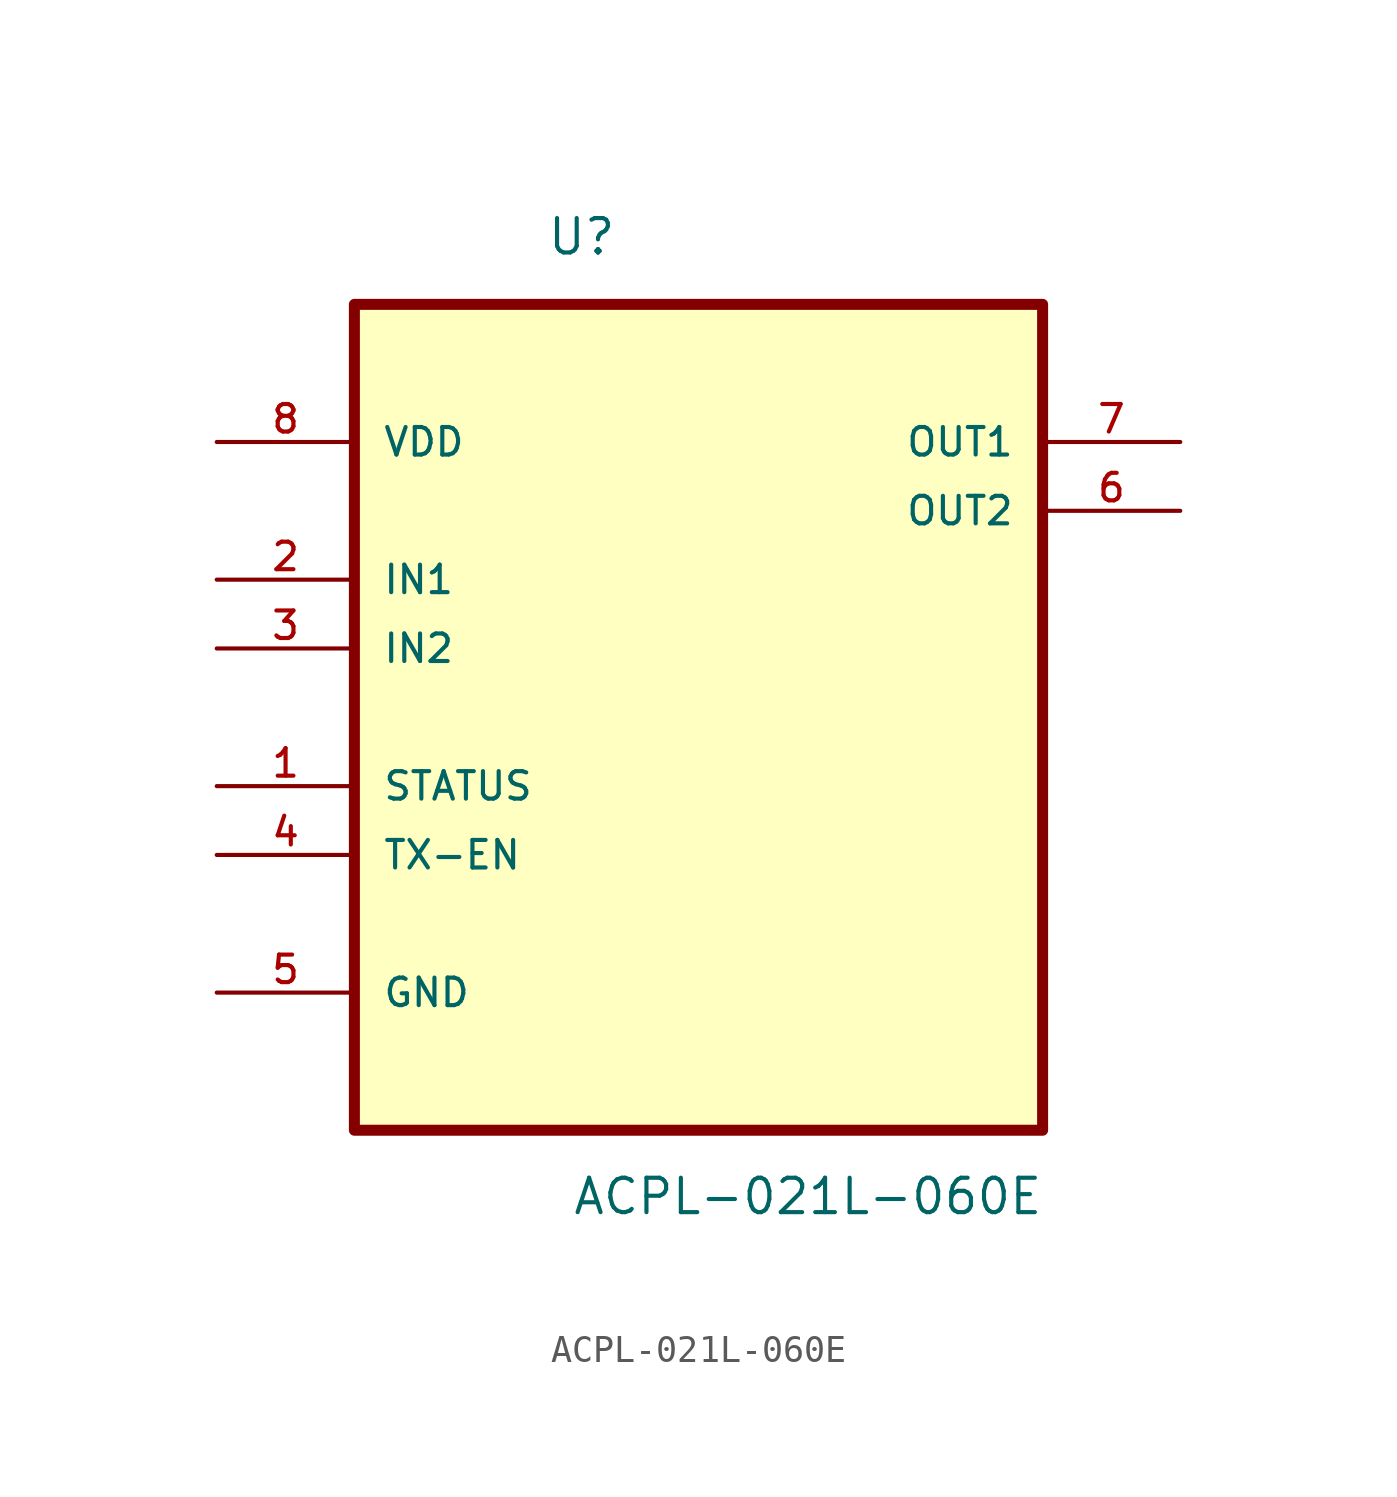
<source format=kicad_sym>
(kicad_symbol_lib
  (version 20211014)
  (generator kicad_symbol_editor)
  (symbol "ACPL-021L-060E"
    (pin_names
      (offset 1.016))
    (property "Reference" "U"
      (at -5.623 14.452 0.0)
      (effects (font (size 1.27 1.27)) (justify bottom left)))
    (property "Value" "ACPL-021L-060E"
      (at -4.682 -20.966 0.0)
      (effects (font (size 1.27 1.27)) (justify bottom left)))
    (symbol "ACPL-021L-060E_0_0"
      (rectangle (start -12.7 -17.78) (end 12.7 12.7) (stroke (width 0.406)) (fill (type background)))
      (pin power_in line (at -17.78 7.62 0) (length 5.08) (name "VDD" (effects (font (size 1.016 1.016)))) (number "8" (effects (font (size 1.016 1.016)))))
      (pin input line (at -17.78 2.54 0) (length 5.08) (name "IN1" (effects (font (size 1.016 1.016)))) (number "2" (effects (font (size 1.016 1.016)))))
      (pin input line (at -17.78 0.0 0) (length 5.08) (name "IN2" (effects (font (size 1.016 1.016)))) (number "3" (effects (font (size 1.016 1.016)))))
      (pin output line (at -17.78 -5.08 0) (length 5.08) (name "STATUS" (effects (font (size 1.016 1.016)))) (number "1" (effects (font (size 1.016 1.016)))))
      (pin input line (at -17.78 -7.62 0) (length 5.08) (name "TX-EN" (effects (font (size 1.016 1.016)))) (number "4" (effects (font (size 1.016 1.016)))))
      (pin passive line (at -17.78 -12.7 0) (length 5.08) (name "GND" (effects (font (size 1.016 1.016)))) (number "5" (effects (font (size 1.016 1.016)))))
      (pin output line (at 17.78 7.62 180.0) (length 5.08) (name "OUT1" (effects (font (size 1.016 1.016)))) (number "7" (effects (font (size 1.016 1.016)))))
      (pin output line (at 17.78 5.08 180.0) (length 5.08) (name "OUT2" (effects (font (size 1.016 1.016)))) (number "6" (effects (font (size 1.016 1.016))))))))
</source>
